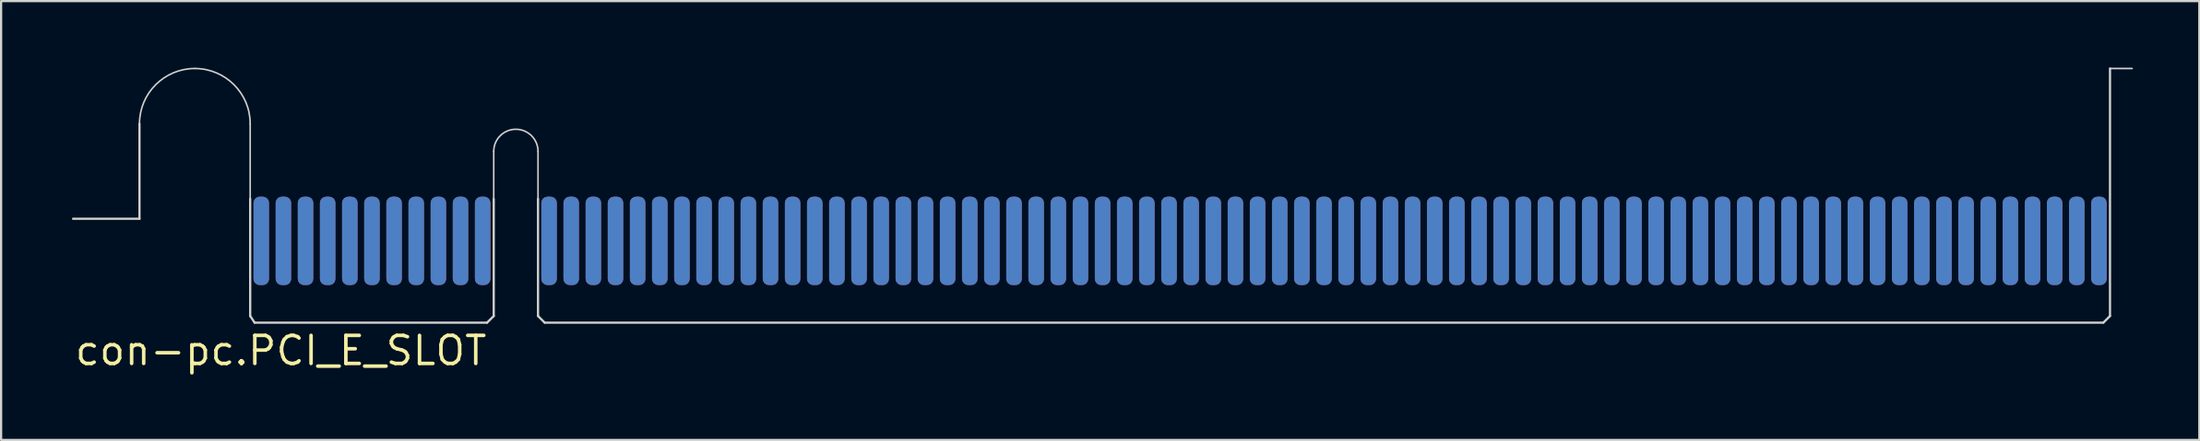
<source format=kicad_pcb>
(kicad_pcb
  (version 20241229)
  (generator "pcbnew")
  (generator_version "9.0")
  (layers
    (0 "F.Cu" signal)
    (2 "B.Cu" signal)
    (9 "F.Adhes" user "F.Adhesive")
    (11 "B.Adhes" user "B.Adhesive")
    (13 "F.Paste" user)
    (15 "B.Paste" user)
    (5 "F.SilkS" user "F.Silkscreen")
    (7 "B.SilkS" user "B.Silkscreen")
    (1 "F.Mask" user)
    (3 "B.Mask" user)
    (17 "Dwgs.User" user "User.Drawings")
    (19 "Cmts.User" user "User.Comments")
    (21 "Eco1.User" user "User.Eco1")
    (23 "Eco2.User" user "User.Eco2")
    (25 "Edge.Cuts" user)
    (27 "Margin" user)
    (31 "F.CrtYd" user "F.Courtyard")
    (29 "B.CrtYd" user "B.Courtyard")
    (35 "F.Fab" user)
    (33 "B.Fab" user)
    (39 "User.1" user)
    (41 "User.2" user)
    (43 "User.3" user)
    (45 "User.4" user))
  (footprint "con-pc.PCI_E_SLOT"
    (layer "F.Cu")
    (at 0.25 11.6)
    (property "Reference" "con-pc.PCI_E_SLOT" (at 0 1.96 0) (layer "F.SilkS") (effects (font (size 1.27 1.27) (thickness 0.16)) (justify left bottom)))
    (attr smd)
    (fp_line (start 8.5 -5.5) (end 8.5 -2) (stroke (width 0.7) (type default)) (layer "F.Mask"))
    (fp_line (start 9.5 -5.5) (end 9.5 -2) (stroke (width 0.7) (type default)) (layer "F.Mask"))
    (fp_line (start 10.5 -5.5) (end 10.5 -2) (stroke (width 0.7) (type default)) (layer "F.Mask"))
    (fp_line (start 11.5 -5.5) (end 11.5 -2) (stroke (width 0.7) (type default)) (layer "F.Mask"))
    (fp_line (start 12.5 -5.5) (end 12.5 -2) (stroke (width 0.7) (type default)) (layer "F.Mask"))
    (fp_line (start 13.5 -5.5) (end 13.5 -2) (stroke (width 0.7) (type default)) (layer "F.Mask"))
    (fp_line (start 14.5 -5.5) (end 14.5 -2) (stroke (width 0.7) (type default)) (layer "F.Mask"))
    (fp_line (start 15.5 -5.5) (end 15.5 -2) (stroke (width 0.7) (type default)) (layer "F.Mask"))
    (fp_line (start 16.5 -5.5) (end 16.5 -2) (stroke (width 0.7) (type default)) (layer "F.Mask"))
    (fp_line (start 17.5 -5.5) (end 17.5 -2) (stroke (width 0.7) (type default)) (layer "F.Mask"))
    (fp_line (start 18.5 -5.5) (end 18.5 -2) (stroke (width 0.7) (type default)) (layer "F.Mask"))
    (fp_line (start 21.5 -5.5) (end 21.5 -2) (stroke (width 0.7) (type default)) (layer "F.Mask"))
    (fp_line (start 22.5 -5.5) (end 22.5 -2) (stroke (width 0.7) (type default)) (layer "F.Mask"))
    (fp_line (start 23.5 -5.5) (end 23.5 -2) (stroke (width 0.7) (type default)) (layer "F.Mask"))
    (fp_line (start 24.5 -5.5) (end 24.5 -2) (stroke (width 0.7) (type default)) (layer "F.Mask"))
    (fp_line (start 25.5 -5.5) (end 25.5 -2) (stroke (width 0.7) (type default)) (layer "F.Mask"))
    (fp_line (start 26.5 -5.5) (end 26.5 -2) (stroke (width 0.7) (type default)) (layer "F.Mask"))
    (fp_line (start 27.5 -5.5) (end 27.5 -2) (stroke (width 0.7) (type default)) (layer "F.Mask"))
    (fp_line (start 28.5 -5.5) (end 28.5 -2) (stroke (width 0.7) (type default)) (layer "F.Mask"))
    (fp_line (start 29.5 -5.5) (end 29.5 -2) (stroke (width 0.7) (type default)) (layer "F.Mask"))
    (fp_line (start 30.5 -5.5) (end 30.5 -2) (stroke (width 0.7) (type default)) (layer "F.Mask"))
    (fp_line (start 31.5 -5.5) (end 31.5 -2) (stroke (width 0.7) (type default)) (layer "F.Mask"))
    (fp_line (start 32.5 -5.5) (end 32.5 -2) (stroke (width 0.7) (type default)) (layer "F.Mask"))
    (fp_line (start 33.5 -5.5) (end 33.5 -2) (stroke (width 0.7) (type default)) (layer "F.Mask"))
    (fp_line (start 34.5 -5.5) (end 34.5 -2) (stroke (width 0.7) (type default)) (layer "F.Mask"))
    (fp_line (start 35.5 -5.5) (end 35.5 -2) (stroke (width 0.7) (type default)) (layer "F.Mask"))
    (fp_line (start 36.5 -5.5) (end 36.5 -2) (stroke (width 0.7) (type default)) (layer "F.Mask"))
    (fp_line (start 37.5 -5.5) (end 37.5 -2) (stroke (width 0.7) (type default)) (layer "F.Mask"))
    (fp_line (start 38.5 -5.5) (end 38.5 -2) (stroke (width 0.7) (type default)) (layer "F.Mask"))
    (fp_line (start 39.5 -5.5) (end 39.5 -2) (stroke (width 0.7) (type default)) (layer "F.Mask"))
    (fp_line (start 40.5 -5.5) (end 40.5 -2) (stroke (width 0.7) (type default)) (layer "F.Mask"))
    (fp_line (start 41.5 -5.5) (end 41.5 -2) (stroke (width 0.7) (type default)) (layer "F.Mask"))
    (fp_line (start 42.5 -5.5) (end 42.5 -2) (stroke (width 0.7) (type default)) (layer "F.Mask"))
    (fp_line (start 43.5 -5.5) (end 43.5 -2) (stroke (width 0.7) (type default)) (layer "F.Mask"))
    (fp_line (start 44.5 -5.5) (end 44.5 -2) (stroke (width 0.7) (type default)) (layer "F.Mask"))
    (fp_line (start 45.5 -5.5) (end 45.5 -2) (stroke (width 0.7) (type default)) (layer "F.Mask"))
    (fp_line (start 46.5 -5.5) (end 46.5 -2) (stroke (width 0.7) (type default)) (layer "F.Mask"))
    (fp_line (start 47.5 -5.5) (end 47.5 -2) (stroke (width 0.7) (type default)) (layer "F.Mask"))
    (fp_line (start 48.5 -5.5) (end 48.5 -2) (stroke (width 0.7) (type default)) (layer "F.Mask"))
    (fp_line (start 49.5 -5.5) (end 49.5 -2) (stroke (width 0.7) (type default)) (layer "F.Mask"))
    (fp_line (start 50.5 -5.5) (end 50.5 -2) (stroke (width 0.7) (type default)) (layer "F.Mask"))
    (fp_line (start 51.5 -5.5) (end 51.5 -2) (stroke (width 0.7) (type default)) (layer "F.Mask"))
    (fp_line (start 52.5 -5.5) (end 52.5 -2) (stroke (width 0.7) (type default)) (layer "F.Mask"))
    (fp_line (start 53.5 -5.5) (end 53.5 -2) (stroke (width 0.7) (type default)) (layer "F.Mask"))
    (fp_line (start 54.5 -5.5) (end 54.5 -2) (stroke (width 0.7) (type default)) (layer "F.Mask"))
    (fp_line (start 55.5 -5.5) (end 55.5 -2) (stroke (width 0.7) (type default)) (layer "F.Mask"))
    (fp_line (start 56.5 -5.5) (end 56.5 -2) (stroke (width 0.7) (type default)) (layer "F.Mask"))
    (fp_line (start 57.5 -5.5) (end 57.5 -2) (stroke (width 0.7) (type default)) (layer "F.Mask"))
    (fp_line (start 58.5 -5.5) (end 58.5 -2) (stroke (width 0.7) (type default)) (layer "F.Mask"))
    (fp_line (start 59.5 -5.5) (end 59.5 -2) (stroke (width 0.7) (type default)) (layer "F.Mask"))
    (fp_line (start 60.5 -5.5) (end 60.5 -2) (stroke (width 0.7) (type default)) (layer "F.Mask"))
    (fp_line (start 61.5 -5.5) (end 61.5 -2) (stroke (width 0.7) (type default)) (layer "F.Mask"))
    (fp_line (start 62.5 -5.5) (end 62.5 -2) (stroke (width 0.7) (type default)) (layer "F.Mask"))
    (fp_line (start 63.5 -5.5) (end 63.5 -2) (stroke (width 0.7) (type default)) (layer "F.Mask"))
    (fp_line (start 64.5 -5.5) (end 64.5 -2) (stroke (width 0.7) (type default)) (layer "F.Mask"))
    (fp_line (start 65.5 -5.5) (end 65.5 -2) (stroke (width 0.7) (type default)) (layer "F.Mask"))
    (fp_line (start 66.5 -5.5) (end 66.5 -2) (stroke (width 0.7) (type default)) (layer "F.Mask"))
    (fp_line (start 67.5 -5.5) (end 67.5 -2) (stroke (width 0.7) (type default)) (layer "F.Mask"))
    (fp_line (start 68.5 -5.5) (end 68.5 -2) (stroke (width 0.7) (type default)) (layer "F.Mask"))
    (fp_line (start 69.5 -5.5) (end 69.5 -2) (stroke (width 0.7) (type default)) (layer "F.Mask"))
    (fp_line (start 70.5 -5.5) (end 70.5 -2) (stroke (width 0.7) (type default)) (layer "F.Mask"))
    (fp_line (start 71.5 -5.5) (end 71.5 -2) (stroke (width 0.7) (type default)) (layer "F.Mask"))
    (fp_line (start 72.5 -5.5) (end 72.5 -2) (stroke (width 0.7) (type default)) (layer "F.Mask"))
    (fp_line (start 73.5 -5.5) (end 73.5 -2) (stroke (width 0.7) (type default)) (layer "F.Mask"))
    (fp_line (start 74.5 -5.5) (end 74.5 -2) (stroke (width 0.7) (type default)) (layer "F.Mask"))
    (fp_line (start 75.5 -5.5) (end 75.5 -2) (stroke (width 0.7) (type default)) (layer "F.Mask"))
    (fp_line (start 76.5 -5.5) (end 76.5 -2) (stroke (width 0.7) (type default)) (layer "F.Mask"))
    (fp_line (start 77.5 -5.5) (end 77.5 -2) (stroke (width 0.7) (type default)) (layer "F.Mask"))
    (fp_line (start 78.5 -5.5) (end 78.5 -2) (stroke (width 0.7) (type default)) (layer "F.Mask"))
    (fp_line (start 79.5 -5.5) (end 79.5 -2) (stroke (width 0.7) (type default)) (layer "F.Mask"))
    (fp_line (start 80.5 -5.5) (end 80.5 -2) (stroke (width 0.7) (type default)) (layer "F.Mask"))
    (fp_line (start 81.5 -5.5) (end 81.5 -2) (stroke (width 0.7) (type default)) (layer "F.Mask"))
    (fp_line (start 82.5 -5.5) (end 82.5 -2) (stroke (width 0.7) (type default)) (layer "F.Mask"))
    (fp_line (start 83.5 -5.5) (end 83.5 -2) (stroke (width 0.7) (type default)) (layer "F.Mask"))
    (fp_line (start 84.5 -5.5) (end 84.5 -2) (stroke (width 0.7) (type default)) (layer "F.Mask"))
    (fp_line (start 85.5 -5.5) (end 85.5 -2) (stroke (width 0.7) (type default)) (layer "F.Mask"))
    (fp_line (start 86.5 -5.5) (end 86.5 -2) (stroke (width 0.7) (type default)) (layer "F.Mask"))
    (fp_line (start 87.5 -5.5) (end 87.5 -2) (stroke (width 0.7) (type default)) (layer "F.Mask"))
    (fp_line (start 88.5 -5.5) (end 88.5 -2) (stroke (width 0.7) (type default)) (layer "F.Mask"))
    (fp_line (start 89.5 -5.5) (end 89.5 -2) (stroke (width 0.7) (type default)) (layer "F.Mask"))
    (fp_line (start 90.5 -5.5) (end 90.5 -2) (stroke (width 0.7) (type default)) (layer "F.Mask"))
    (fp_line (start 91.5 -5.5) (end 91.5 -2) (stroke (width 0.7) (type default)) (layer "F.Mask"))
    (fp_line (start 8.5 -5.5) (end 8.5 -2) (stroke (width 0.7) (type default)) (layer "B.Mask"))
    (fp_line (start 9.5 -5.5) (end 9.5 -2) (stroke (width 0.7) (type default)) (layer "B.Mask"))
    (fp_line (start 10.5 -5.5) (end 10.5 -2) (stroke (width 0.7) (type default)) (layer "B.Mask"))
    (fp_line (start 11.5 -5.5) (end 11.5 -2) (stroke (width 0.7) (type default)) (layer "B.Mask"))
    (fp_line (start 12.5 -5.5) (end 12.5 -2) (stroke (width 0.7) (type default)) (layer "B.Mask"))
    (fp_line (start 13.5 -5.5) (end 13.5 -2) (stroke (width 0.7) (type default)) (layer "B.Mask"))
    (fp_line (start 14.5 -5.5) (end 14.5 -2) (stroke (width 0.7) (type default)) (layer "B.Mask"))
    (fp_line (start 15.5 -5.5) (end 15.5 -2) (stroke (width 0.7) (type default)) (layer "B.Mask"))
    (fp_line (start 16.5 -5.5) (end 16.5 -2) (stroke (width 0.7) (type default)) (layer "B.Mask"))
    (fp_line (start 17.5 -5.5) (end 17.5 -2) (stroke (width 0.7) (type default)) (layer "B.Mask"))
    (fp_line (start 18.5 -5.5) (end 18.5 -2) (stroke (width 0.7) (type default)) (layer "B.Mask"))
    (fp_line (start 21.5 -5.5) (end 21.5 -2) (stroke (width 0.7) (type default)) (layer "B.Mask"))
    (fp_line (start 22.5 -5.5) (end 22.5 -2) (stroke (width 0.7) (type default)) (layer "B.Mask"))
    (fp_line (start 23.5 -5.5) (end 23.5 -2) (stroke (width 0.7) (type default)) (layer "B.Mask"))
    (fp_line (start 24.5 -5.5) (end 24.5 -2) (stroke (width 0.7) (type default)) (layer "B.Mask"))
    (fp_line (start 25.5 -5.5) (end 25.5 -2) (stroke (width 0.7) (type default)) (layer "B.Mask"))
    (fp_line (start 26.5 -5.5) (end 26.5 -2) (stroke (width 0.7) (type default)) (layer "B.Mask"))
    (fp_line (start 27.5 -5.5) (end 27.5 -2) (stroke (width 0.7) (type default)) (layer "B.Mask"))
    (fp_line (start 28.5 -5.5) (end 28.5 -2) (stroke (width 0.7) (type default)) (layer "B.Mask"))
    (fp_line (start 29.5 -5.5) (end 29.5 -2) (stroke (width 0.7) (type default)) (layer "B.Mask"))
    (fp_line (start 30.5 -5.5) (end 30.5 -2) (stroke (width 0.7) (type default)) (layer "B.Mask"))
    (fp_line (start 31.5 -5.5) (end 31.5 -2) (stroke (width 0.7) (type default)) (layer "B.Mask"))
    (fp_line (start 32.5 -5.5) (end 32.5 -2) (stroke (width 0.7) (type default)) (layer "B.Mask"))
    (fp_line (start 33.5 -5.5) (end 33.5 -2) (stroke (width 0.7) (type default)) (layer "B.Mask"))
    (fp_line (start 34.5 -5.5) (end 34.5 -2) (stroke (width 0.7) (type default)) (layer "B.Mask"))
    (fp_line (start 35.5 -5.5) (end 35.5 -2) (stroke (width 0.7) (type default)) (layer "B.Mask"))
    (fp_line (start 36.5 -5.5) (end 36.5 -2) (stroke (width 0.7) (type default)) (layer "B.Mask"))
    (fp_line (start 37.5 -5.5) (end 37.5 -2) (stroke (width 0.7) (type default)) (layer "B.Mask"))
    (fp_line (start 38.5 -5.5) (end 38.5 -2) (stroke (width 0.7) (type default)) (layer "B.Mask"))
    (fp_line (start 39.5 -5.5) (end 39.5 -2) (stroke (width 0.7) (type default)) (layer "B.Mask"))
    (fp_line (start 40.5 -5.5) (end 40.5 -2) (stroke (width 0.7) (type default)) (layer "B.Mask"))
    (fp_line (start 41.5 -5.5) (end 41.5 -2) (stroke (width 0.7) (type default)) (layer "B.Mask"))
    (fp_line (start 42.5 -5.5) (end 42.5 -2) (stroke (width 0.7) (type default)) (layer "B.Mask"))
    (fp_line (start 43.5 -5.5) (end 43.5 -2) (stroke (width 0.7) (type default)) (layer "B.Mask"))
    (fp_line (start 44.5 -5.5) (end 44.5 -2) (stroke (width 0.7) (type default)) (layer "B.Mask"))
    (fp_line (start 45.5 -5.5) (end 45.5 -2) (stroke (width 0.7) (type default)) (layer "B.Mask"))
    (fp_line (start 46.5 -5.5) (end 46.5 -2) (stroke (width 0.7) (type default)) (layer "B.Mask"))
    (fp_line (start 47.5 -5.5) (end 47.5 -2) (stroke (width 0.7) (type default)) (layer "B.Mask"))
    (fp_line (start 48.5 -5.5) (end 48.5 -2) (stroke (width 0.7) (type default)) (layer "B.Mask"))
    (fp_line (start 49.5 -5.5) (end 49.5 -2) (stroke (width 0.7) (type default)) (layer "B.Mask"))
    (fp_line (start 50.5 -5.5) (end 50.5 -2) (stroke (width 0.7) (type default)) (layer "B.Mask"))
    (fp_line (start 51.5 -5.5) (end 51.5 -2) (stroke (width 0.7) (type default)) (layer "B.Mask"))
    (fp_line (start 52.5 -5.5) (end 52.5 -2) (stroke (width 0.7) (type default)) (layer "B.Mask"))
    (fp_line (start 53.5 -5.5) (end 53.5 -2) (stroke (width 0.7) (type default)) (layer "B.Mask"))
    (fp_line (start 54.5 -5.5) (end 54.5 -2) (stroke (width 0.7) (type default)) (layer "B.Mask"))
    (fp_line (start 55.5 -5.5) (end 55.5 -2) (stroke (width 0.7) (type default)) (layer "B.Mask"))
    (fp_line (start 56.5 -5.5) (end 56.5 -2) (stroke (width 0.7) (type default)) (layer "B.Mask"))
    (fp_line (start 57.5 -5.5) (end 57.5 -2) (stroke (width 0.7) (type default)) (layer "B.Mask"))
    (fp_line (start 58.5 -5.5) (end 58.5 -2) (stroke (width 0.7) (type default)) (layer "B.Mask"))
    (fp_line (start 59.5 -5.5) (end 59.5 -2) (stroke (width 0.7) (type default)) (layer "B.Mask"))
    (fp_line (start 60.5 -5.5) (end 60.5 -2) (stroke (width 0.7) (type default)) (layer "B.Mask"))
    (fp_line (start 61.5 -5.5) (end 61.5 -2) (stroke (width 0.7) (type default)) (layer "B.Mask"))
    (fp_line (start 62.5 -5.5) (end 62.5 -2) (stroke (width 0.7) (type default)) (layer "B.Mask"))
    (fp_line (start 63.5 -5.5) (end 63.5 -2) (stroke (width 0.7) (type default)) (layer "B.Mask"))
    (fp_line (start 64.5 -5.5) (end 64.5 -2) (stroke (width 0.7) (type default)) (layer "B.Mask"))
    (fp_line (start 65.5 -5.5) (end 65.5 -2) (stroke (width 0.7) (type default)) (layer "B.Mask"))
    (fp_line (start 66.5 -5.5) (end 66.5 -2) (stroke (width 0.7) (type default)) (layer "B.Mask"))
    (fp_line (start 67.5 -5.5) (end 67.5 -2) (stroke (width 0.7) (type default)) (layer "B.Mask"))
    (fp_line (start 68.5 -5.5) (end 68.5 -2) (stroke (width 0.7) (type default)) (layer "B.Mask"))
    (fp_line (start 69.5 -5.5) (end 69.5 -2) (stroke (width 0.7) (type default)) (layer "B.Mask"))
    (fp_line (start 70.5 -5.5) (end 70.5 -2) (stroke (width 0.7) (type default)) (layer "B.Mask"))
    (fp_line (start 71.5 -5.5) (end 71.5 -2) (stroke (width 0.7) (type default)) (layer "B.Mask"))
    (fp_line (start 72.5 -5.5) (end 72.5 -2) (stroke (width 0.7) (type default)) (layer "B.Mask"))
    (fp_line (start 73.5 -5.5) (end 73.5 -2) (stroke (width 0.7) (type default)) (layer "B.Mask"))
    (fp_line (start 74.5 -5.5) (end 74.5 -2) (stroke (width 0.7) (type default)) (layer "B.Mask"))
    (fp_line (start 75.5 -5.5) (end 75.5 -2) (stroke (width 0.7) (type default)) (layer "B.Mask"))
    (fp_line (start 76.5 -5.5) (end 76.5 -2) (stroke (width 0.7) (type default)) (layer "B.Mask"))
    (fp_line (start 77.5 -5.5) (end 77.5 -2) (stroke (width 0.7) (type default)) (layer "B.Mask"))
    (fp_line (start 78.5 -5.5) (end 78.5 -2) (stroke (width 0.7) (type default)) (layer "B.Mask"))
    (fp_line (start 79.5 -5.5) (end 79.5 -2) (stroke (width 0.7) (type default)) (layer "B.Mask"))
    (fp_line (start 80.5 -5.5) (end 80.5 -2) (stroke (width 0.7) (type default)) (layer "B.Mask"))
    (fp_line (start 81.5 -5.5) (end 81.5 -2) (stroke (width 0.7) (type default)) (layer "B.Mask"))
    (fp_line (start 82.5 -5.5) (end 82.5 -2) (stroke (width 0.7) (type default)) (layer "B.Mask"))
    (fp_line (start 83.5 -5.5) (end 83.5 -2) (stroke (width 0.7) (type default)) (layer "B.Mask"))
    (fp_line (start 84.5 -5.5) (end 84.5 -2) (stroke (width 0.7) (type default)) (layer "B.Mask"))
    (fp_line (start 85.5 -5.5) (end 85.5 -2) (stroke (width 0.7) (type default)) (layer "B.Mask"))
    (fp_line (start 86.5 -5.5) (end 86.5 -2) (stroke (width 0.7) (type default)) (layer "B.Mask"))
    (fp_line (start 87.5 -5.5) (end 87.5 -2) (stroke (width 0.7) (type default)) (layer "B.Mask"))
    (fp_line (start 88.5 -5.5) (end 88.5 -2) (stroke (width 0.7) (type default)) (layer "B.Mask"))
    (fp_line (start 89.5 -5.5) (end 89.5 -2) (stroke (width 0.7) (type default)) (layer "B.Mask"))
    (fp_line (start 90.5 -5.5) (end 90.5 -2) (stroke (width 0.7) (type default)) (layer "B.Mask"))
    (fp_line (start 91.5 -5.5) (end 91.5 -2) (stroke (width 0.7) (type default)) (layer "B.Mask"))
    (fp_line (start 3 -9.05) (end 3 -4.75) (stroke (width 0.1) (type default)) (layer "Edge.Cuts"))
    (fp_line (start 3 -4.75) (end 0 -4.75) (stroke (width 0.1) (type default)) (layer "Edge.Cuts"))
    (fp_line (start 8 -5.65) (end 8 -9.05) (stroke (width 0.07) (type default)) (layer "Edge.Cuts"))
    (fp_line (start 8 -0.35) (end 8 -5.65) (stroke (width 0.1) (type default)) (layer "Edge.Cuts"))
    (fp_line (start 8 -0.35) (end 8.2 -0.05) (stroke (width 0.1) (type default)) (layer "Edge.Cuts"))
    (fp_line (start 8.2 -0.05) (end 18.7 -0.05) (stroke (width 0.1) (type default)) (layer "Edge.Cuts"))
    (fp_line (start 18.7 -0.05) (end 19 -0.35) (stroke (width 0.1) (type default)) (layer "Edge.Cuts"))
    (fp_line (start 19 -5.7) (end 19 -7.8) (stroke (width 0.07) (type default)) (layer "Edge.Cuts"))
    (fp_line (start 19 -0.35) (end 19 -5.65) (stroke (width 0.1) (type default)) (layer "Edge.Cuts"))
    (fp_line (start 21 -5.65) (end 21 -7.8) (stroke (width 0.07) (type default)) (layer "Edge.Cuts"))
    (fp_line (start 21 -5.65) (end 21 -0.35) (stroke (width 0.1) (type default)) (layer "Edge.Cuts"))
    (fp_line (start 21 -0.35) (end 21.3 -0.05) (stroke (width 0.1) (type default)) (layer "Edge.Cuts"))
    (fp_line (start 21.3 -0.05) (end 91.7 -0.05) (stroke (width 0.1) (type default)) (layer "Edge.Cuts"))
    (fp_line (start 92 -11.55) (end 92 -0.35) (stroke (width 0.1) (type default)) (layer "Edge.Cuts"))
    (fp_line (start 92 -11.55) (end 93 -11.55) (stroke (width 0.07) (type default)) (layer "Edge.Cuts"))
    (fp_line (start 92 -0.35) (end 91.7 -0.05) (stroke (width 0.1) (type default)) (layer "Edge.Cuts"))
    (fp_arc (start 3 -9.05) (mid 3.732233 -10.817767) (end 5.5 -11.55) (stroke (width 0.07) (type default)) (layer "Edge.Cuts"))
    (fp_arc (start 5.5 -11.55) (mid 7.267767 -10.817767) (end 8 -9.05) (stroke (width 0.07) (type default)) (layer "Edge.Cuts"))
    (fp_arc (start 19 -7.8) (mid 20 -8.8) (end 21 -7.8) (stroke (width 0.07) (type default)) (layer "Edge.Cuts"))
    (pad "A1" smd roundrect (at 8.5 -3.75 90) (size 4 0.7) (layers "B.Cu" "B.Mask" "B.Paste") (roundrect_rratio 0.4))
    (pad "A2" smd roundrect (at 9.5 -3.75 90) (size 4 0.7) (layers "B.Cu" "B.Mask" "B.Paste") (roundrect_rratio 0.4))
    (pad "A3" smd roundrect (at 10.5 -3.75 90) (size 4 0.7) (layers "B.Cu" "B.Mask" "B.Paste") (roundrect_rratio 0.4))
    (pad "A4" smd roundrect (at 11.5 -3.75 90) (size 4 0.7) (layers "B.Cu" "B.Mask" "B.Paste") (roundrect_rratio 0.4))
    (pad "A5" smd roundrect (at 12.5 -3.75 90) (size 4 0.7) (layers "B.Cu" "B.Mask" "B.Paste") (roundrect_rratio 0.4))
    (pad "A6" smd roundrect (at 13.5 -3.75 90) (size 4 0.7) (layers "B.Cu" "B.Mask" "B.Paste") (roundrect_rratio 0.4))
    (pad "A7" smd roundrect (at 14.5 -3.75 90) (size 4 0.7) (layers "B.Cu" "B.Mask" "B.Paste") (roundrect_rratio 0.4))
    (pad "A8" smd roundrect (at 15.5 -3.75 90) (size 4 0.7) (layers "B.Cu" "B.Mask" "B.Paste") (roundrect_rratio 0.4))
    (pad "A9" smd roundrect (at 16.5 -3.75 90) (size 4 0.7) (layers "B.Cu" "B.Mask" "B.Paste") (roundrect_rratio 0.4))
    (pad "A10" smd roundrect (at 17.5 -3.75 90) (size 4 0.7) (layers "B.Cu" "B.Mask" "B.Paste") (roundrect_rratio 0.4))
    (pad "A11" smd roundrect (at 18.5 -3.75 90) (size 4 0.7) (layers "B.Cu" "B.Mask" "B.Paste") (roundrect_rratio 0.4))
    (pad "A12" smd roundrect (at 21.5 -3.75 90) (size 4 0.7) (layers "B.Cu" "B.Mask" "B.Paste") (roundrect_rratio 0.4))
    (pad "A13" smd roundrect (at 22.5 -3.75 90) (size 4 0.7) (layers "B.Cu" "B.Mask" "B.Paste") (roundrect_rratio 0.4))
    (pad "A14" smd roundrect (at 23.5 -3.75 90) (size 4 0.7) (layers "B.Cu" "B.Mask" "B.Paste") (roundrect_rratio 0.4))
    (pad "A15" smd roundrect (at 24.5 -3.75 90) (size 4 0.7) (layers "B.Cu" "B.Mask" "B.Paste") (roundrect_rratio 0.4))
    (pad "A16" smd roundrect (at 25.5 -3.75 90) (size 4 0.7) (layers "B.Cu" "B.Mask" "B.Paste") (roundrect_rratio 0.4))
    (pad "A17" smd roundrect (at 26.5 -3.75 90) (size 4 0.7) (layers "B.Cu" "B.Mask" "B.Paste") (roundrect_rratio 0.4))
    (pad "A18" smd roundrect (at 27.5 -3.75 90) (size 4 0.7) (layers "B.Cu" "B.Mask" "B.Paste") (roundrect_rratio 0.4))
    (pad "A19" smd roundrect (at 28.5 -3.75 90) (size 4 0.7) (layers "B.Cu" "B.Mask" "B.Paste") (roundrect_rratio 0.4))
    (pad "A20" smd roundrect (at 29.5 -3.75 90) (size 4 0.7) (layers "B.Cu" "B.Mask" "B.Paste") (roundrect_rratio 0.4))
    (pad "A21" smd roundrect (at 30.5 -3.75 90) (size 4 0.7) (layers "B.Cu" "B.Mask" "B.Paste") (roundrect_rratio 0.4))
    (pad "A22" smd roundrect (at 31.5 -3.75 90) (size 4 0.7) (layers "B.Cu" "B.Mask" "B.Paste") (roundrect_rratio 0.4))
    (pad "A23" smd roundrect (at 32.5 -3.75 90) (size 4 0.7) (layers "B.Cu" "B.Mask" "B.Paste") (roundrect_rratio 0.4))
    (pad "A24" smd roundrect (at 33.5 -3.75 90) (size 4 0.7) (layers "B.Cu" "B.Mask" "B.Paste") (roundrect_rratio 0.4))
    (pad "A25" smd roundrect (at 34.5 -3.75 90) (size 4 0.7) (layers "B.Cu" "B.Mask" "B.Paste") (roundrect_rratio 0.4))
    (pad "A26" smd roundrect (at 35.5 -3.75 90) (size 4 0.7) (layers "B.Cu" "B.Mask" "B.Paste") (roundrect_rratio 0.4))
    (pad "A27" smd roundrect (at 36.5 -3.75 90) (size 4 0.7) (layers "B.Cu" "B.Mask" "B.Paste") (roundrect_rratio 0.4))
    (pad "A28" smd roundrect (at 37.5 -3.75 90) (size 4 0.7) (layers "B.Cu" "B.Mask" "B.Paste") (roundrect_rratio 0.4))
    (pad "A29" smd roundrect (at 38.5 -3.75 90) (size 4 0.7) (layers "B.Cu" "B.Mask" "B.Paste") (roundrect_rratio 0.4))
    (pad "A30" smd roundrect (at 39.5 -3.75 90) (size 4 0.7) (layers "B.Cu" "B.Mask" "B.Paste") (roundrect_rratio 0.4))
    (pad "A31" smd roundrect (at 40.5 -3.75 90) (size 4 0.7) (layers "B.Cu" "B.Mask" "B.Paste") (roundrect_rratio 0.4))
    (pad "A32" smd roundrect (at 41.5 -3.75 90) (size 4 0.7) (layers "B.Cu" "B.Mask" "B.Paste") (roundrect_rratio 0.4))
    (pad "A33" smd roundrect (at 42.5 -3.75 90) (size 4 0.7) (layers "B.Cu" "B.Mask" "B.Paste") (roundrect_rratio 0.4))
    (pad "A34" smd roundrect (at 43.5 -3.75 90) (size 4 0.7) (layers "B.Cu" "B.Mask" "B.Paste") (roundrect_rratio 0.4))
    (pad "A35" smd roundrect (at 44.5 -3.75 90) (size 4 0.7) (layers "B.Cu" "B.Mask" "B.Paste") (roundrect_rratio 0.4))
    (pad "A36" smd roundrect (at 45.5 -3.75 90) (size 4 0.7) (layers "B.Cu" "B.Mask" "B.Paste") (roundrect_rratio 0.4))
    (pad "A37" smd roundrect (at 46.5 -3.75 90) (size 4 0.7) (layers "B.Cu" "B.Mask" "B.Paste") (roundrect_rratio 0.4))
    (pad "A38" smd roundrect (at 47.5 -3.75 90) (size 4 0.7) (layers "B.Cu" "B.Mask" "B.Paste") (roundrect_rratio 0.4))
    (pad "A39" smd roundrect (at 48.5 -3.75 90) (size 4 0.7) (layers "B.Cu" "B.Mask" "B.Paste") (roundrect_rratio 0.4))
    (pad "A40" smd roundrect (at 49.5 -3.75 90) (size 4 0.7) (layers "B.Cu" "B.Mask" "B.Paste") (roundrect_rratio 0.4))
    (pad "A41" smd roundrect (at 50.5 -3.75 90) (size 4 0.7) (layers "B.Cu" "B.Mask" "B.Paste") (roundrect_rratio 0.4))
    (pad "A42" smd roundrect (at 51.5 -3.75 90) (size 4 0.7) (layers "B.Cu" "B.Mask" "B.Paste") (roundrect_rratio 0.4))
    (pad "A43" smd roundrect (at 52.5 -3.75 90) (size 4 0.7) (layers "B.Cu" "B.Mask" "B.Paste") (roundrect_rratio 0.4))
    (pad "A44" smd roundrect (at 53.5 -3.75 90) (size 4 0.7) (layers "B.Cu" "B.Mask" "B.Paste") (roundrect_rratio 0.4))
    (pad "A45" smd roundrect (at 54.5 -3.75 90) (size 4 0.7) (layers "B.Cu" "B.Mask" "B.Paste") (roundrect_rratio 0.4))
    (pad "A46" smd roundrect (at 55.5 -3.75 90) (size 4 0.7) (layers "B.Cu" "B.Mask" "B.Paste") (roundrect_rratio 0.4))
    (pad "A47" smd roundrect (at 56.5 -3.75 90) (size 4 0.7) (layers "B.Cu" "B.Mask" "B.Paste") (roundrect_rratio 0.4))
    (pad "A48" smd roundrect (at 57.5 -3.75 90) (size 4 0.7) (layers "B.Cu" "B.Mask" "B.Paste") (roundrect_rratio 0.4))
    (pad "A49" smd roundrect (at 58.5 -3.75 90) (size 4 0.7) (layers "B.Cu" "B.Mask" "B.Paste") (roundrect_rratio 0.4))
    (pad "A50" smd roundrect (at 59.5 -3.75 90) (size 4 0.7) (layers "B.Cu" "B.Mask" "B.Paste") (roundrect_rratio 0.4))
    (pad "A51" smd roundrect (at 60.5 -3.75 90) (size 4 0.7) (layers "B.Cu" "B.Mask" "B.Paste") (roundrect_rratio 0.4))
    (pad "A52" smd roundrect (at 61.5 -3.75 90) (size 4 0.7) (layers "B.Cu" "B.Mask" "B.Paste") (roundrect_rratio 0.4))
    (pad "A53" smd roundrect (at 62.5 -3.75 90) (size 4 0.7) (layers "B.Cu" "B.Mask" "B.Paste") (roundrect_rratio 0.4))
    (pad "A54" smd roundrect (at 63.5 -3.75 90) (size 4 0.7) (layers "B.Cu" "B.Mask" "B.Paste") (roundrect_rratio 0.4))
    (pad "A55" smd roundrect (at 64.5 -3.75 90) (size 4 0.7) (layers "B.Cu" "B.Mask" "B.Paste") (roundrect_rratio 0.4))
    (pad "A56" smd roundrect (at 65.5 -3.75 90) (size 4 0.7) (layers "B.Cu" "B.Mask" "B.Paste") (roundrect_rratio 0.4))
    (pad "A57" smd roundrect (at 66.5 -3.75 90) (size 4 0.7) (layers "B.Cu" "B.Mask" "B.Paste") (roundrect_rratio 0.4))
    (pad "A58" smd roundrect (at 67.5 -3.75 90) (size 4 0.7) (layers "B.Cu" "B.Mask" "B.Paste") (roundrect_rratio 0.4))
    (pad "A59" smd roundrect (at 68.5 -3.75 90) (size 4 0.7) (layers "B.Cu" "B.Mask" "B.Paste") (roundrect_rratio 0.4))
    (pad "A60" smd roundrect (at 69.5 -3.75 90) (size 4 0.7) (layers "B.Cu" "B.Mask" "B.Paste") (roundrect_rratio 0.4))
    (pad "A61" smd roundrect (at 70.5 -3.75 90) (size 4 0.7) (layers "B.Cu" "B.Mask" "B.Paste") (roundrect_rratio 0.4))
    (pad "A62" smd roundrect (at 71.5 -3.75 90) (size 4 0.7) (layers "B.Cu" "B.Mask" "B.Paste") (roundrect_rratio 0.4))
    (pad "A63" smd roundrect (at 72.5 -3.75 90) (size 4 0.7) (layers "B.Cu" "B.Mask" "B.Paste") (roundrect_rratio 0.4))
    (pad "A64" smd roundrect (at 73.5 -3.75 90) (size 4 0.7) (layers "B.Cu" "B.Mask" "B.Paste") (roundrect_rratio 0.4))
    (pad "A65" smd roundrect (at 74.5 -3.75 90) (size 4 0.7) (layers "B.Cu" "B.Mask" "B.Paste") (roundrect_rratio 0.4))
    (pad "A66" smd roundrect (at 75.5 -3.75 90) (size 4 0.7) (layers "B.Cu" "B.Mask" "B.Paste") (roundrect_rratio 0.4))
    (pad "A67" smd roundrect (at 76.5 -3.75 90) (size 4 0.7) (layers "B.Cu" "B.Mask" "B.Paste") (roundrect_rratio 0.4))
    (pad "A68" smd roundrect (at 77.5 -3.75 90) (size 4 0.7) (layers "B.Cu" "B.Mask" "B.Paste") (roundrect_rratio 0.4))
    (pad "A69" smd roundrect (at 78.5 -3.75 90) (size 4 0.7) (layers "B.Cu" "B.Mask" "B.Paste") (roundrect_rratio 0.4))
    (pad "A70" smd roundrect (at 79.5 -3.75 90) (size 4 0.7) (layers "B.Cu" "B.Mask" "B.Paste") (roundrect_rratio 0.4))
    (pad "A71" smd roundrect (at 80.5 -3.75 90) (size 4 0.7) (layers "B.Cu" "B.Mask" "B.Paste") (roundrect_rratio 0.4))
    (pad "A72" smd roundrect (at 81.5 -3.75 90) (size 4 0.7) (layers "B.Cu" "B.Mask" "B.Paste") (roundrect_rratio 0.4))
    (pad "A73" smd roundrect (at 82.5 -3.75 90) (size 4 0.7) (layers "B.Cu" "B.Mask" "B.Paste") (roundrect_rratio 0.4))
    (pad "A74" smd roundrect (at 83.5 -3.75 90) (size 4 0.7) (layers "B.Cu" "B.Mask" "B.Paste") (roundrect_rratio 0.4))
    (pad "A75" smd roundrect (at 84.5 -3.75 90) (size 4 0.7) (layers "B.Cu" "B.Mask" "B.Paste") (roundrect_rratio 0.4))
    (pad "A76" smd roundrect (at 85.5 -3.75 90) (size 4 0.7) (layers "B.Cu" "B.Mask" "B.Paste") (roundrect_rratio 0.4))
    (pad "A77" smd roundrect (at 86.5 -3.75 90) (size 4 0.7) (layers "B.Cu" "B.Mask" "B.Paste") (roundrect_rratio 0.4))
    (pad "A78" smd roundrect (at 87.5 -3.75 90) (size 4 0.7) (layers "B.Cu" "B.Mask" "B.Paste") (roundrect_rratio 0.4))
    (pad "A79" smd roundrect (at 88.5 -3.75 90) (size 4 0.7) (layers "B.Cu" "B.Mask" "B.Paste") (roundrect_rratio 0.4))
    (pad "A80" smd roundrect (at 89.5 -3.75 90) (size 4 0.7) (layers "B.Cu" "B.Mask" "B.Paste") (roundrect_rratio 0.4))
    (pad "A81" smd roundrect (at 90.5 -3.75 90) (size 4 0.7) (layers "B.Cu" "B.Mask" "B.Paste") (roundrect_rratio 0.4))
    (pad "A82" smd roundrect (at 91.5 -3.75 90) (size 4 0.7) (layers "B.Cu" "B.Mask" "B.Paste") (roundrect_rratio 0.4))
    (pad "B1" smd roundrect (at 8.5 -3.75 90) (size 4 0.7) (layers "F.Cu" "F.Mask" "F.Paste") (roundrect_rratio 0.4))
    (pad "B2" smd roundrect (at 9.5 -3.75 90) (size 4 0.7) (layers "F.Cu" "F.Mask" "F.Paste") (roundrect_rratio 0.4))
    (pad "B3" smd roundrect (at 10.5 -3.75 90) (size 4 0.7) (layers "F.Cu" "F.Mask" "F.Paste") (roundrect_rratio 0.4))
    (pad "B4" smd roundrect (at 11.5 -3.75 90) (size 4 0.7) (layers "F.Cu" "F.Mask" "F.Paste") (roundrect_rratio 0.4))
    (pad "B5" smd roundrect (at 12.5 -3.75 90) (size 4 0.7) (layers "F.Cu" "F.Mask" "F.Paste") (roundrect_rratio 0.4))
    (pad "B6" smd roundrect (at 13.5 -3.75 90) (size 4 0.7) (layers "F.Cu" "F.Mask" "F.Paste") (roundrect_rratio 0.4))
    (pad "B7" smd roundrect (at 14.5 -3.75 90) (size 4 0.7) (layers "F.Cu" "F.Mask" "F.Paste") (roundrect_rratio 0.4))
    (pad "B8" smd roundrect (at 15.5 -3.75 90) (size 4 0.7) (layers "F.Cu" "F.Mask" "F.Paste") (roundrect_rratio 0.4))
    (pad "B9" smd roundrect (at 16.5 -3.75 90) (size 4 0.7) (layers "F.Cu" "F.Mask" "F.Paste") (roundrect_rratio 0.4))
    (pad "B10" smd roundrect (at 17.5 -3.75 90) (size 4 0.7) (layers "F.Cu" "F.Mask" "F.Paste") (roundrect_rratio 0.4))
    (pad "B11" smd roundrect (at 18.5 -3.75 90) (size 4 0.7) (layers "F.Cu" "F.Mask" "F.Paste") (roundrect_rratio 0.4))
    (pad "B12" smd roundrect (at 21.5 -3.75 90) (size 4 0.7) (layers "F.Cu" "F.Mask" "F.Paste") (roundrect_rratio 0.4))
    (pad "B13" smd roundrect (at 22.5 -3.75 90) (size 4 0.7) (layers "F.Cu" "F.Mask" "F.Paste") (roundrect_rratio 0.4))
    (pad "B14" smd roundrect (at 23.5 -3.75 90) (size 4 0.7) (layers "F.Cu" "F.Mask" "F.Paste") (roundrect_rratio 0.4))
    (pad "B15" smd roundrect (at 24.5 -3.75 90) (size 4 0.7) (layers "F.Cu" "F.Mask" "F.Paste") (roundrect_rratio 0.4))
    (pad "B16" smd roundrect (at 25.5 -3.75 90) (size 4 0.7) (layers "F.Cu" "F.Mask" "F.Paste") (roundrect_rratio 0.4))
    (pad "B17" smd roundrect (at 26.5 -3.75 90) (size 4 0.7) (layers "F.Cu" "F.Mask" "F.Paste") (roundrect_rratio 0.4))
    (pad "B18" smd roundrect (at 27.5 -3.75 90) (size 4 0.7) (layers "F.Cu" "F.Mask" "F.Paste") (roundrect_rratio 0.4))
    (pad "B19" smd roundrect (at 28.5 -3.75 90) (size 4 0.7) (layers "F.Cu" "F.Mask" "F.Paste") (roundrect_rratio 0.4))
    (pad "B20" smd roundrect (at 29.5 -3.75 90) (size 4 0.7) (layers "F.Cu" "F.Mask" "F.Paste") (roundrect_rratio 0.4))
    (pad "B21" smd roundrect (at 30.5 -3.75 90) (size 4 0.7) (layers "F.Cu" "F.Mask" "F.Paste") (roundrect_rratio 0.4))
    (pad "B22" smd roundrect (at 31.5 -3.75 90) (size 4 0.7) (layers "F.Cu" "F.Mask" "F.Paste") (roundrect_rratio 0.4))
    (pad "B23" smd roundrect (at 32.5 -3.75 90) (size 4 0.7) (layers "F.Cu" "F.Mask" "F.Paste") (roundrect_rratio 0.4))
    (pad "B24" smd roundrect (at 33.5 -3.75 90) (size 4 0.7) (layers "F.Cu" "F.Mask" "F.Paste") (roundrect_rratio 0.4))
    (pad "B25" smd roundrect (at 34.5 -3.75 90) (size 4 0.7) (layers "F.Cu" "F.Mask" "F.Paste") (roundrect_rratio 0.4))
    (pad "B26" smd roundrect (at 35.5 -3.75 90) (size 4 0.7) (layers "F.Cu" "F.Mask" "F.Paste") (roundrect_rratio 0.4))
    (pad "B27" smd roundrect (at 36.5 -3.75 90) (size 4 0.7) (layers "F.Cu" "F.Mask" "F.Paste") (roundrect_rratio 0.4))
    (pad "B28" smd roundrect (at 37.5 -3.75 90) (size 4 0.7) (layers "F.Cu" "F.Mask" "F.Paste") (roundrect_rratio 0.4))
    (pad "B29" smd roundrect (at 38.5 -3.75 90) (size 4 0.7) (layers "F.Cu" "F.Mask" "F.Paste") (roundrect_rratio 0.4))
    (pad "B30" smd roundrect (at 39.5 -3.75 90) (size 4 0.7) (layers "F.Cu" "F.Mask" "F.Paste") (roundrect_rratio 0.4))
    (pad "B31" smd roundrect (at 40.5 -3.75 90) (size 4 0.7) (layers "F.Cu" "F.Mask" "F.Paste") (roundrect_rratio 0.4))
    (pad "B32" smd roundrect (at 41.5 -3.75 90) (size 4 0.7) (layers "F.Cu" "F.Mask" "F.Paste") (roundrect_rratio 0.4))
    (pad "B33" smd roundrect (at 42.5 -3.75 90) (size 4 0.7) (layers "F.Cu" "F.Mask" "F.Paste") (roundrect_rratio 0.4))
    (pad "B34" smd roundrect (at 43.5 -3.75 90) (size 4 0.7) (layers "F.Cu" "F.Mask" "F.Paste") (roundrect_rratio 0.4))
    (pad "B35" smd roundrect (at 44.5 -3.75 90) (size 4 0.7) (layers "F.Cu" "F.Mask" "F.Paste") (roundrect_rratio 0.4))
    (pad "B36" smd roundrect (at 45.5 -3.75 90) (size 4 0.7) (layers "F.Cu" "F.Mask" "F.Paste") (roundrect_rratio 0.4))
    (pad "B37" smd roundrect (at 46.5 -3.75 90) (size 4 0.7) (layers "F.Cu" "F.Mask" "F.Paste") (roundrect_rratio 0.4))
    (pad "B38" smd roundrect (at 47.5 -3.75 90) (size 4 0.7) (layers "F.Cu" "F.Mask" "F.Paste") (roundrect_rratio 0.4))
    (pad "B39" smd roundrect (at 48.5 -3.75 90) (size 4 0.7) (layers "F.Cu" "F.Mask" "F.Paste") (roundrect_rratio 0.4))
    (pad "B40" smd roundrect (at 49.5 -3.75 90) (size 4 0.7) (layers "F.Cu" "F.Mask" "F.Paste") (roundrect_rratio 0.4))
    (pad "B41" smd roundrect (at 50.5 -3.75 90) (size 4 0.7) (layers "F.Cu" "F.Mask" "F.Paste") (roundrect_rratio 0.4))
    (pad "B42" smd roundrect (at 51.5 -3.75 90) (size 4 0.7) (layers "F.Cu" "F.Mask" "F.Paste") (roundrect_rratio 0.4))
    (pad "B43" smd roundrect (at 52.5 -3.75 90) (size 4 0.7) (layers "F.Cu" "F.Mask" "F.Paste") (roundrect_rratio 0.4))
    (pad "B44" smd roundrect (at 53.5 -3.75 90) (size 4 0.7) (layers "F.Cu" "F.Mask" "F.Paste") (roundrect_rratio 0.4))
    (pad "B45" smd roundrect (at 54.5 -3.75 90) (size 4 0.7) (layers "F.Cu" "F.Mask" "F.Paste") (roundrect_rratio 0.4))
    (pad "B46" smd roundrect (at 55.5 -3.75 90) (size 4 0.7) (layers "F.Cu" "F.Mask" "F.Paste") (roundrect_rratio 0.4))
    (pad "B47" smd roundrect (at 56.5 -3.75 90) (size 4 0.7) (layers "F.Cu" "F.Mask" "F.Paste") (roundrect_rratio 0.4))
    (pad "B48" smd roundrect (at 57.5 -3.75 90) (size 4 0.7) (layers "F.Cu" "F.Mask" "F.Paste") (roundrect_rratio 0.4))
    (pad "B49" smd roundrect (at 58.5 -3.75 90) (size 4 0.7) (layers "F.Cu" "F.Mask" "F.Paste") (roundrect_rratio 0.4))
    (pad "B50" smd roundrect (at 59.5 -3.75 90) (size 4 0.7) (layers "F.Cu" "F.Mask" "F.Paste") (roundrect_rratio 0.4))
    (pad "B51" smd roundrect (at 60.5 -3.75 90) (size 4 0.7) (layers "F.Cu" "F.Mask" "F.Paste") (roundrect_rratio 0.4))
    (pad "B52" smd roundrect (at 61.5 -3.75 90) (size 4 0.7) (layers "F.Cu" "F.Mask" "F.Paste") (roundrect_rratio 0.4))
    (pad "B53" smd roundrect (at 62.5 -3.75 90) (size 4 0.7) (layers "F.Cu" "F.Mask" "F.Paste") (roundrect_rratio 0.4))
    (pad "B54" smd roundrect (at 63.5 -3.75 90) (size 4 0.7) (layers "F.Cu" "F.Mask" "F.Paste") (roundrect_rratio 0.4))
    (pad "B55" smd roundrect (at 64.5 -3.75 90) (size 4 0.7) (layers "F.Cu" "F.Mask" "F.Paste") (roundrect_rratio 0.4))
    (pad "B56" smd roundrect (at 65.5 -3.75 90) (size 4 0.7) (layers "F.Cu" "F.Mask" "F.Paste") (roundrect_rratio 0.4))
    (pad "B57" smd roundrect (at 66.5 -3.75 90) (size 4 0.7) (layers "F.Cu" "F.Mask" "F.Paste") (roundrect_rratio 0.4))
    (pad "B58" smd roundrect (at 67.5 -3.75 90) (size 4 0.7) (layers "F.Cu" "F.Mask" "F.Paste") (roundrect_rratio 0.4))
    (pad "B59" smd roundrect (at 68.5 -3.75 90) (size 4 0.7) (layers "F.Cu" "F.Mask" "F.Paste") (roundrect_rratio 0.4))
    (pad "B60" smd roundrect (at 69.5 -3.75 90) (size 4 0.7) (layers "F.Cu" "F.Mask" "F.Paste") (roundrect_rratio 0.4))
    (pad "B61" smd roundrect (at 70.5 -3.75 90) (size 4 0.7) (layers "F.Cu" "F.Mask" "F.Paste") (roundrect_rratio 0.4))
    (pad "B62" smd roundrect (at 71.5 -3.75 90) (size 4 0.7) (layers "F.Cu" "F.Mask" "F.Paste") (roundrect_rratio 0.4))
    (pad "B63" smd roundrect (at 72.5 -3.75 90) (size 4 0.7) (layers "F.Cu" "F.Mask" "F.Paste") (roundrect_rratio 0.4))
    (pad "B64" smd roundrect (at 73.5 -3.75 90) (size 4 0.7) (layers "F.Cu" "F.Mask" "F.Paste") (roundrect_rratio 0.4))
    (pad "B65" smd roundrect (at 74.5 -3.75 90) (size 4 0.7) (layers "F.Cu" "F.Mask" "F.Paste") (roundrect_rratio 0.4))
    (pad "B66" smd roundrect (at 75.5 -3.75 90) (size 4 0.7) (layers "F.Cu" "F.Mask" "F.Paste") (roundrect_rratio 0.4))
    (pad "B67" smd roundrect (at 76.5 -3.75 90) (size 4 0.7) (layers "F.Cu" "F.Mask" "F.Paste") (roundrect_rratio 0.4))
    (pad "B68" smd roundrect (at 77.5 -3.75 90) (size 4 0.7) (layers "F.Cu" "F.Mask" "F.Paste") (roundrect_rratio 0.4))
    (pad "B69" smd roundrect (at 78.5 -3.75 90) (size 4 0.7) (layers "F.Cu" "F.Mask" "F.Paste") (roundrect_rratio 0.4))
    (pad "B70" smd roundrect (at 79.5 -3.75 90) (size 4 0.7) (layers "F.Cu" "F.Mask" "F.Paste") (roundrect_rratio 0.4))
    (pad "B71" smd roundrect (at 80.5 -3.75 90) (size 4 0.7) (layers "F.Cu" "F.Mask" "F.Paste") (roundrect_rratio 0.4))
    (pad "B72" smd roundrect (at 81.5 -3.75 90) (size 4 0.7) (layers "F.Cu" "F.Mask" "F.Paste") (roundrect_rratio 0.4))
    (pad "B73" smd roundrect (at 82.5 -3.75 90) (size 4 0.7) (layers "F.Cu" "F.Mask" "F.Paste") (roundrect_rratio 0.4))
    (pad "B74" smd roundrect (at 83.5 -3.75 90) (size 4 0.7) (layers "F.Cu" "F.Mask" "F.Paste") (roundrect_rratio 0.4))
    (pad "B75" smd roundrect (at 84.5 -3.75 90) (size 4 0.7) (layers "F.Cu" "F.Mask" "F.Paste") (roundrect_rratio 0.4))
    (pad "B76" smd roundrect (at 85.5 -3.75 90) (size 4 0.7) (layers "F.Cu" "F.Mask" "F.Paste") (roundrect_rratio 0.4))
    (pad "B77" smd roundrect (at 86.5 -3.75 90) (size 4 0.7) (layers "F.Cu" "F.Mask" "F.Paste") (roundrect_rratio 0.4))
    (pad "B78" smd roundrect (at 87.5 -3.75 90) (size 4 0.7) (layers "F.Cu" "F.Mask" "F.Paste") (roundrect_rratio 0.4))
    (pad "B79" smd roundrect (at 88.5 -3.75 90) (size 4 0.7) (layers "F.Cu" "F.Mask" "F.Paste") (roundrect_rratio 0.4))
    (pad "B80" smd roundrect (at 89.5 -3.75 90) (size 4 0.7) (layers "F.Cu" "F.Mask" "F.Paste") (roundrect_rratio 0.4))
    (pad "B81" smd roundrect (at 90.5 -3.75 90) (size 4 0.7) (layers "F.Cu" "F.Mask" "F.Paste") (roundrect_rratio 0.4))
    (pad "B82" smd roundrect (at 91.5 -3.75 90) (size 4 0.7) (layers "F.Cu" "F.Mask" "F.Paste") (roundrect_rratio 0.4)))
  (gr_rect
    (start -3 -3)
    (end 96.285 16.858)
    (stroke (width 0.1) (type default))
    (fill no)
    (layer "Edge.Cuts")))
</source>
